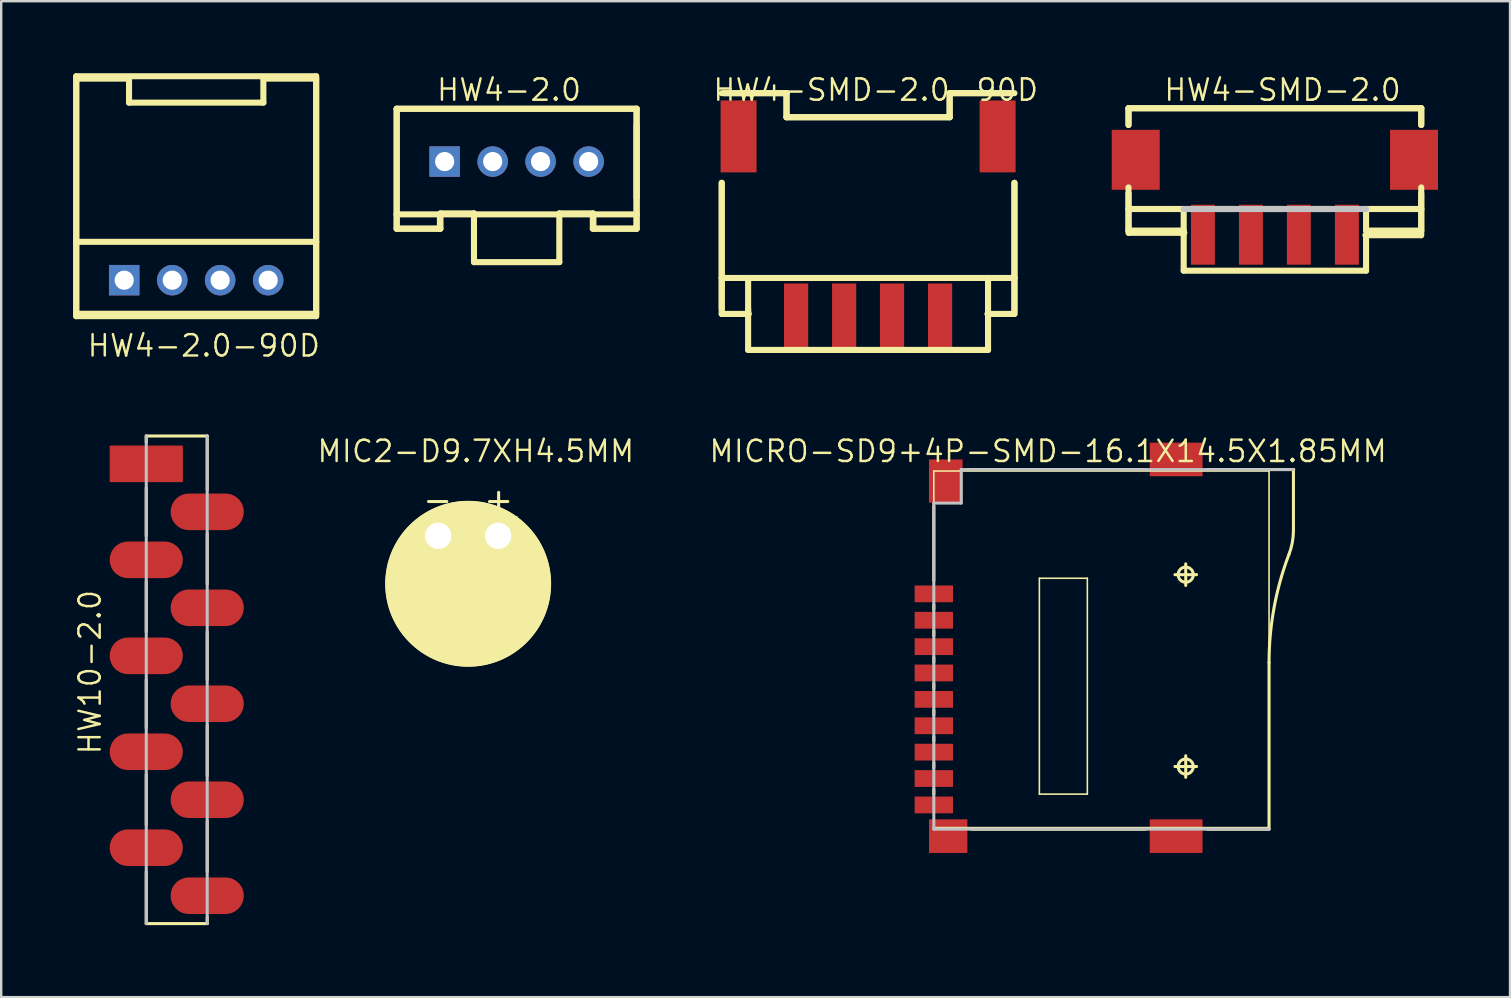
<source format=kicad_pcb>
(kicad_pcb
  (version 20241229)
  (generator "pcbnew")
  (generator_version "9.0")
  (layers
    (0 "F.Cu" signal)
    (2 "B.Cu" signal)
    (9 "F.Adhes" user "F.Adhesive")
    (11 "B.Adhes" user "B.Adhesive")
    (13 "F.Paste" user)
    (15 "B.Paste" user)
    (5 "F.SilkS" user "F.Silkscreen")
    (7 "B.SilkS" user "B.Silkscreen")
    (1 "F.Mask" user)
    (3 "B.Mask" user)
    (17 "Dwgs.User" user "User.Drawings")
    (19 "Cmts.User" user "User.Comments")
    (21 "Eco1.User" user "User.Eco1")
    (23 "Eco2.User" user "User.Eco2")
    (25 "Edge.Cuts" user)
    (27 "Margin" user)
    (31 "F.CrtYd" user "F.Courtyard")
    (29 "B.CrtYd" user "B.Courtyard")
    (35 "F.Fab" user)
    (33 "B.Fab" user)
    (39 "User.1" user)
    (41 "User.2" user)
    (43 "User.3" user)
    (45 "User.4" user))
  (footprint "HW4-SMD-2.0-90D"
    (layer "F.Cu")
    (at 33.125 10.033)
    (property "Reference" "HW4-SMD-2.0-90D" (at 0.318 -9.335 0) (layer "F.SilkS") (effects (font (size 0.889 0.889) (thickness 0.102))))
    (attr smd)
    (fp_line (start -6.099 -9.2) (end -3.399 -9.2) (stroke (width 0.254) (type solid)) (layer "F.SilkS"))
    (fp_line (start -6.099 -5.464) (end -6.099 -0.198) (stroke (width 0.254) (type solid)) (layer "F.SilkS"))
    (fp_line (start -6.099 -1.499) (end -6.099 -5.464) (stroke (width 0.254) (type solid)) (layer "F.SilkS"))
    (fp_line (start -6.099 -1.499) (end -6.099 0) (stroke (width 0.254) (type solid)) (layer "F.SilkS"))
    (fp_line (start -6.099 -1.499) (end -4.999 -1.499) (stroke (width 0.254) (type solid)) (layer "F.SilkS"))
    (fp_line (start -6.099 0) (end -4.999 0) (stroke (width 0.254) (type solid)) (layer "F.SilkS"))
    (fp_line (start -6.053 0) (end -4.973 0) (stroke (width 0.254) (type solid)) (layer "F.SilkS"))
    (fp_line (start -5.999 -9.2) (end -3.399 -9.2) (stroke (width 0.254) (type solid)) (layer "F.SilkS"))
    (fp_line (start -4.999 -1.499) (end 4.999 -1.499) (stroke (width 0.254) (type solid)) (layer "F.SilkS"))
    (fp_line (start -4.999 0) (end -4.999 -1.499) (stroke (width 0.254) (type solid)) (layer "F.SilkS"))
    (fp_line (start -4.999 1.499) (end -4.999 -0.198) (stroke (width 0.254) (type solid)) (layer "F.SilkS"))
    (fp_line (start -3.399 -9.2) (end -3.399 -8.199) (stroke (width 0.254) (type solid)) (layer "F.SilkS"))
    (fp_line (start -3.399 -9.2) (end -3.399 -8.199) (stroke (width 0.254) (type solid)) (layer "F.SilkS"))
    (fp_line (start -3.399 -8.199) (end 3.399 -8.199) (stroke (width 0.254) (type solid)) (layer "F.SilkS"))
    (fp_line (start -3.399 -8.199) (end 3.399 -8.199) (stroke (width 0.254) (type solid)) (layer "F.SilkS"))
    (fp_line (start 3.399 -9.2) (end 5.999 -9.2) (stroke (width 0.254) (type solid)) (layer "F.SilkS"))
    (fp_line (start 3.399 -9.2) (end 6.099 -9.2) (stroke (width 0.254) (type solid)) (layer "F.SilkS"))
    (fp_line (start 3.399 -8.199) (end 3.399 -9.2) (stroke (width 0.254) (type solid)) (layer "F.SilkS"))
    (fp_line (start 3.399 -8.199) (end 3.399 -9.2) (stroke (width 0.254) (type solid)) (layer "F.SilkS"))
    (fp_line (start 4.973 0) (end 6.053 0) (stroke (width 0.254) (type solid)) (layer "F.SilkS"))
    (fp_line (start 4.999 -1.499) (end 4.999 0) (stroke (width 0.254) (type solid)) (layer "F.SilkS"))
    (fp_line (start 4.999 -1.499) (end 6.099 -1.499) (stroke (width 0.254) (type solid)) (layer "F.SilkS"))
    (fp_line (start 4.999 -0.099) (end 4.999 1.499) (stroke (width 0.254) (type solid)) (layer "F.SilkS"))
    (fp_line (start 4.999 0) (end 6.099 0) (stroke (width 0.254) (type solid)) (layer "F.SilkS"))
    (fp_line (start 4.999 1.499) (end -4.999 1.499) (stroke (width 0.254) (type solid)) (layer "F.SilkS"))
    (fp_line (start 6.099 -5.464) (end 6.099 -0.099) (stroke (width 0.254) (type solid)) (layer "F.SilkS"))
    (fp_line (start 6.099 -1.499) (end 6.099 -5.464) (stroke (width 0.254) (type solid)) (layer "F.SilkS"))
    (fp_line (start 6.099 0) (end 6.099 -1.499) (stroke (width 0.254) (type solid)) (layer "F.SilkS"))
    (pad "1" smd rect (at -3 0.099 90) (size 2.738 1.008) (layers "F.Cu" "F.Mask" "F.Paste"))
    (pad "2" smd rect (at -0.998 0.099 90) (size 2.738 1.008) (layers "F.Cu" "F.Mask" "F.Paste"))
    (pad "3" smd rect (at 0.998 0.099 90) (size 2.738 1.008) (layers "F.Cu" "F.Mask" "F.Paste"))
    (pad "4" smd rect (at 3 0.099 90) (size 2.738 1.008) (layers "F.Cu" "F.Mask" "F.Paste"))
    (pad "SS1" smd rect (at -5.397 -7.399 90) (size 3 1.499) (layers "F.Cu" "F.Mask" "F.Paste"))
    (pad "SS2" smd rect (at 5.397 -7.399 90) (size 3 1.499) (layers "F.Cu" "F.Mask" "F.Paste")))
  (footprint "MIC2-D9.7XH4.5MM"
    (layer "F.Cu")
    (at 16.459 21.278)
    (property "Reference" "MIC2-D9.7XH4.5MM" (at 0.318 -5.524 0) (layer "F.SilkS") (effects (font (size 0.889 0.889) (thickness 0.102))))
    (attr exclude_from_pos_files exclude_from_bom)
    (fp_line (start -1.651 -3.429) (end -0.889 -3.429) (stroke (width 0.127) (type solid)) (layer "F.SilkS"))
    (fp_line (start 0.889 -3.429) (end 1.651 -3.429) (stroke (width 0.127) (type solid)) (layer "F.SilkS"))
    (fp_line (start 1.27 -3.81) (end 1.27 -3.048) (stroke (width 0.127) (type solid)) (layer "F.SilkS"))
    (fp_circle (center 0 0) (end -2.438 2.438) (stroke (width 0) (type solid)) (fill yes) (layer "F.SilkS"))
    (fp_circle (center 0 0) (end -2.423 2.423) (stroke (width 0.064) (type solid)) (fill no) (layer "F.SilkS"))
    (fp_circle (center 0 0) (end -2.05 2.05) (stroke (width 0.064) (type solid)) (fill no) (layer "F.SilkS"))
    (pad "+" thru_hole rect (at 1.25 -1.999) (size 1.648 1.648) (drill 1.1) (layers "*.Cu" "*.Paste" "*.Mask"))
    (pad "-" thru_hole circle (at -1.25 -1.999) (size 1.648 1.648) (drill 1.1) (layers "*.Cu" "*.Paste" "*.Mask")))
  (footprint "HW4-SMD-2.0"
    (layer "F.Cu")
    (at 50.077 6.731)
    (property "Reference" "HW4-SMD-2.0" (at 0.318 -6.032 0) (layer "F.SilkS") (effects (font (size 0.889 0.889) (thickness 0.102))))
    (attr smd)
    (fp_line (start -6.099 -5.271) (end -6.099 -4.572) (stroke (width 0.254) (type solid)) (layer "F.SilkS"))
    (fp_line (start -6.099 -5.271) (end -6.099 -4.572) (stroke (width 0.254) (type solid)) (layer "F.SilkS"))
    (fp_line (start -6.099 -5.271) (end 6.099 -5.271) (stroke (width 0.254) (type solid)) (layer "F.SilkS"))
    (fp_line (start -6.099 -5.271) (end 6.099 -5.271) (stroke (width 0.254) (type solid)) (layer "F.SilkS"))
    (fp_line (start -6.099 -1.971) (end -6.099 -0.071) (stroke (width 0.254) (type solid)) (layer "F.SilkS"))
    (fp_line (start -6.099 -1.072) (end -6.099 -1.717) (stroke (width 0.254) (type solid)) (layer "F.SilkS"))
    (fp_line (start -6.099 -1.072) (end -6.099 -0.173) (stroke (width 0.254) (type solid)) (layer "F.SilkS"))
    (fp_line (start -6.099 -1.072) (end -3.8 -1.072) (stroke (width 0.254) (type solid)) (layer "F.SilkS"))
    (fp_line (start -6.099 -0.173) (end -3.8 -0.173) (stroke (width 0.254) (type solid)) (layer "F.SilkS"))
    (fp_line (start -6.053 -0.079) (end -3.774 -0.079) (stroke (width 0.254) (type solid)) (layer "F.SilkS"))
    (fp_line (start -3.8 -0.173) (end -3.8 -1.072) (stroke (width 0.254) (type solid)) (layer "F.SilkS"))
    (fp_line (start -3.8 1.499) (end -3.8 -0.071) (stroke (width 0.254) (type solid)) (layer "F.SilkS"))
    (fp_line (start -2.398 -1.072) (end -1.699 -1.072) (stroke (width 0.254) (type solid)) (layer "F.SilkS"))
    (fp_line (start -0.399 -1.072) (end 0.3 -1.072) (stroke (width 0.254) (type solid)) (layer "F.SilkS"))
    (fp_line (start 1.598 -1.072) (end 2.299 -1.072) (stroke (width 0.254) (type solid)) (layer "F.SilkS"))
    (fp_line (start 3.774 0.02) (end 6.053 0.02) (stroke (width 0.254) (type solid)) (layer "F.SilkS"))
    (fp_line (start 3.8 -1.072) (end 3.8 -0.173) (stroke (width 0.254) (type solid)) (layer "F.SilkS"))
    (fp_line (start 3.8 -1.072) (end 6.099 -1.072) (stroke (width 0.254) (type solid)) (layer "F.SilkS"))
    (fp_line (start 3.8 -0.173) (end 6.099 -0.173) (stroke (width 0.254) (type solid)) (layer "F.SilkS"))
    (fp_line (start 3.8 0.025) (end 3.8 1.499) (stroke (width 0.254) (type solid)) (layer "F.SilkS"))
    (fp_line (start 3.8 1.499) (end -3.8 1.499) (stroke (width 0.254) (type solid)) (layer "F.SilkS"))
    (fp_line (start 6.099 -5.271) (end 6.099 -4.572) (stroke (width 0.254) (type solid)) (layer "F.SilkS"))
    (fp_line (start 6.099 -5.271) (end 6.099 -4.572) (stroke (width 0.254) (type solid)) (layer "F.SilkS"))
    (fp_line (start 6.099 -1.971) (end 6.099 0.025) (stroke (width 0.254) (type solid)) (layer "F.SilkS"))
    (fp_line (start 6.099 -1.072) (end 6.099 -1.717) (stroke (width 0.254) (type solid)) (layer "F.SilkS"))
    (fp_line (start 6.099 -0.173) (end 6.099 -1.072) (stroke (width 0.254) (type solid)) (layer "F.SilkS"))
    (fp_line (start -3.8 -1.072) (end 3.8 -1.072) (stroke (width 0.254) (type solid)) (layer "Dwgs.User"))
    (pad "1" smd rect (at -3 0 90) (size 2.499 0.998) (layers "F.Cu" "F.Mask" "F.Paste"))
    (pad "2" smd rect (at -0.998 0 90) (size 2.499 0.998) (layers "F.Cu" "F.Mask" "F.Paste"))
    (pad "3" smd rect (at 0.998 0 90) (size 2.499 0.998) (layers "F.Cu" "F.Mask" "F.Paste"))
    (pad "4" smd rect (at 3 0 90) (size 2.499 0.998) (layers "F.Cu" "F.Mask" "F.Paste"))
    (pad "SS1" smd rect (at -5.799 -3.122 90) (size 2.499 1.999) (layers "F.Cu" "F.Mask" "F.Paste"))
    (pad "SS2" smd rect (at 5.799 -3.122 90) (size 2.499 1.999) (layers "F.Cu" "F.Mask" "F.Paste")))
  (footprint "MICRO-SD9+4P-SMD-16.1X14.5X1.85MM"
    (layer "F.Cu")
    (at 35.864 23.945)
    (property "Reference" "MICRO-SD9+4P-SMD-16.1X14.5X1.85MM" (at 4.763 -8.191 0) (layer "F.SilkS") (effects (font (size 0.889 0.889) (thickness 0.102))))
    (attr smd)
    (fp_line (start 0 -7.366) (end 13.97 -7.366) (stroke (width 0.066) (type solid)) (layer "F.SilkS"))
    (fp_line (start 0 -5.898) (end 0 -2.799) (stroke (width 0.127) (type solid)) (layer "F.SilkS"))
    (fp_line (start 0 -1.798) (end 0 -1.598) (stroke (width 0.127) (type solid)) (layer "F.SilkS"))
    (fp_line (start 0 -0.699) (end 0 -0.498) (stroke (width 0.127) (type solid)) (layer "F.SilkS"))
    (fp_line (start 0 0.399) (end 0 0.599) (stroke (width 0.127) (type solid)) (layer "F.SilkS"))
    (fp_line (start 0 1.499) (end 0 1.699) (stroke (width 0.127) (type solid)) (layer "F.SilkS"))
    (fp_line (start 0 2.598) (end 0 2.799) (stroke (width 0.127) (type solid)) (layer "F.SilkS"))
    (fp_line (start 0 3.698) (end 0 3.899) (stroke (width 0.127) (type solid)) (layer "F.SilkS"))
    (fp_line (start 0 4.798) (end 0 4.999) (stroke (width 0.127) (type solid)) (layer "F.SilkS"))
    (fp_line (start 0 5.898) (end 0 6.099) (stroke (width 0.127) (type solid)) (layer "F.SilkS"))
    (fp_line (start 0 7.493) (end 0 -7.366) (stroke (width 0.066) (type solid)) (layer "F.SilkS"))
    (fp_line (start 0 7.493) (end 13.97 7.493) (stroke (width 0.066) (type solid)) (layer "F.SilkS"))
    (fp_line (start 1.598 7.559) (end 8.799 7.559) (stroke (width 0.127) (type solid)) (layer "F.SilkS"))
    (fp_line (start 4.399 -2.898) (end 6.398 -2.898) (stroke (width 0.066) (type solid)) (layer "F.SilkS"))
    (fp_line (start 4.399 6.099) (end 4.399 -2.898) (stroke (width 0.066) (type solid)) (layer "F.SilkS"))
    (fp_line (start 4.399 6.099) (end 6.398 6.099) (stroke (width 0.066) (type solid)) (layer "F.SilkS"))
    (fp_line (start 6.398 6.099) (end 6.398 -2.898) (stroke (width 0.066) (type solid)) (layer "F.SilkS"))
    (fp_line (start 8.799 -7.429) (end 1.4 -7.429) (stroke (width 0.127) (type solid)) (layer "F.SilkS"))
    (fp_line (start 10.048 -3.048) (end 10.95 -3.048) (stroke (width 0.127) (type solid)) (layer "F.SilkS"))
    (fp_line (start 10.048 4.948) (end 10.95 4.948) (stroke (width 0.127) (type solid)) (layer "F.SilkS"))
    (fp_line (start 10.498 -2.598) (end 10.498 -3.498) (stroke (width 0.127) (type solid)) (layer "F.SilkS"))
    (fp_line (start 10.498 5.397) (end 10.498 4.498) (stroke (width 0.127) (type solid)) (layer "F.SilkS"))
    (fp_line (start 11.4 7.559) (end 13.97 7.559) (stroke (width 0.127) (type solid)) (layer "F.SilkS"))
    (fp_line (start 13.97 0.622) (end 13.97 7.556) (stroke (width 0.127) (type solid)) (layer "F.SilkS"))
    (fp_line (start 13.97 7.493) (end 13.97 -7.366) (stroke (width 0.066) (type solid)) (layer "F.SilkS"))
    (fp_line (start 14.986 -7.427) (end 14.986 -4.897) (stroke (width 0.127) (type solid)) (layer "F.SilkS"))
    (fp_line (start 14.999 -7.429) (end 11.4 -7.429) (stroke (width 0.127) (type solid)) (layer "F.SilkS"))
    (fp_arc (start 13.97 0.6223) (mid 14.178642 -1.670293) (end 14.797714 -3.887558) (stroke (width 0.127) (type solid)) (layer "F.SilkS"))
    (fp_arc (start 14.986 -4.89712) (mid 14.939848 -4.389998) (end 14.80291 -3.899539) (stroke (width 0.127) (type solid)) (layer "F.SilkS"))
    (fp_circle (center 10.498 -3.048) (end 10.721 -3.272) (stroke (width 0.127) (type solid)) (fill no) (layer "F.SilkS"))
    (fp_circle (center 10.498 4.948) (end 10.721 5.171) (stroke (width 0.127) (type solid)) (fill no) (layer "F.SilkS"))
    (fp_line (start 0 -6.03) (end 1.143 -6.03) (stroke (width 0.127) (type solid)) (layer "Dwgs.User"))
    (fp_line (start 0 7.556) (end 0 -6.03) (stroke (width 0.127) (type solid)) (layer "Dwgs.User"))
    (fp_line (start 1.143 -7.427) (end 14.986 -7.427) (stroke (width 0.127) (type solid)) (layer "Dwgs.User"))
    (fp_line (start 1.143 -6.03) (end 1.143 -7.427) (stroke (width 0.127) (type solid)) (layer "Dwgs.User"))
    (fp_line (start 13.97 7.556) (end 0 7.556) (stroke (width 0.127) (type solid)) (layer "Dwgs.User"))
    (pad "1" smd rect (at 0 -2.248) (size 1.598 0.699) (layers "F.Cu" "F.Mask" "F.Paste"))
    (pad "2" smd rect (at 0 -1.148) (size 1.598 0.699) (layers "F.Cu" "F.Mask" "F.Paste"))
    (pad "3" smd rect (at 0 -0.048) (size 1.598 0.699) (layers "F.Cu" "F.Mask" "F.Paste"))
    (pad "4" smd rect (at 0 1.049) (size 1.598 0.699) (layers "F.Cu" "F.Mask" "F.Paste"))
    (pad "5" smd rect (at 0 2.149) (size 1.598 0.699) (layers "F.Cu" "F.Mask" "F.Paste"))
    (pad "6" smd rect (at 0 3.249) (size 1.598 0.699) (layers "F.Cu" "F.Mask" "F.Paste"))
    (pad "7" smd rect (at 0 4.348) (size 1.598 0.699) (layers "F.Cu" "F.Mask" "F.Paste"))
    (pad "8" smd rect (at 0 5.448) (size 1.598 0.699) (layers "F.Cu" "F.Mask" "F.Paste"))
    (pad "9" smd rect (at 0 6.548) (size 1.598 0.699) (layers "F.Cu" "F.Mask" "F.Paste"))
    (pad "G1" smd rect (at 0.599 7.849) (size 1.598 1.4) (layers "F.Cu" "F.Mask" "F.Paste"))
    (pad "G2" smd rect (at 10.099 7.849) (size 2.2 1.4) (layers "F.Cu" "F.Mask" "F.Paste"))
    (pad "G3" smd rect (at 10.099 -7.849) (size 2.2 1.4) (layers "F.Cu" "F.Mask" "F.Paste"))
    (pad "G4" smd rect (at 0.498 -6.949) (size 1.4 1.798) (layers "F.Cu" "F.Mask" "F.Paste")))
  (footprint "HW10-2.0"
    (layer "F.Cu")
    (at 4.315 25.278)
    (property "Reference" "HW10-2.0" (at -3.617 -0.318 90) (layer "F.SilkS") (effects (font (size 0.889 0.889) (thickness 0.102))))
    (attr smd)
    (fp_line (start -1.27 -10.16) (end 1.27 -10.16) (stroke (width 0.127) (type solid)) (layer "F.SilkS"))
    (fp_line (start -1.27 -9.898) (end -1.27 -10.16) (stroke (width 0.127) (type solid)) (layer "F.SilkS"))
    (fp_line (start -1.27 -5.999) (end -1.27 -7.998) (stroke (width 0.127) (type solid)) (layer "F.SilkS"))
    (fp_line (start -1.27 -1.999) (end -1.27 -4.1) (stroke (width 0.127) (type solid)) (layer "F.SilkS"))
    (fp_line (start -1.27 1.999) (end -1.27 0) (stroke (width 0.127) (type solid)) (layer "F.SilkS"))
    (fp_line (start -1.27 6.048) (end -1.27 3.95) (stroke (width 0.127) (type solid)) (layer "F.SilkS"))
    (fp_line (start -1.27 10.16) (end -1.27 7.998) (stroke (width 0.127) (type solid)) (layer "F.SilkS"))
    (fp_line (start 1.27 -7.92) (end 1.27 -10.16) (stroke (width 0.127) (type solid)) (layer "F.SilkS"))
    (fp_line (start 1.27 -3.998) (end 1.27 -6.099) (stroke (width 0.127) (type solid)) (layer "F.SilkS"))
    (fp_line (start 1.27 0) (end 1.27 -1.999) (stroke (width 0.127) (type solid)) (layer "F.SilkS"))
    (fp_line (start 1.27 3.998) (end 1.27 1.9) (stroke (width 0.127) (type solid)) (layer "F.SilkS"))
    (fp_line (start 1.27 7.998) (end 1.27 5.898) (stroke (width 0.127) (type solid)) (layer "F.SilkS"))
    (fp_line (start 1.27 10.16) (end -1.27 10.16) (stroke (width 0.127) (type solid)) (layer "F.SilkS"))
    (fp_line (start 1.27 10.16) (end 1.27 9.898) (stroke (width 0.127) (type solid)) (layer "F.SilkS"))
    (fp_line (start -1.27 10.16) (end -1.27 -10.16) (stroke (width 0.127) (type solid)) (layer "Dwgs.User"))
    (fp_line (start 1.27 -10.16) (end 1.27 10.16) (stroke (width 0.127) (type solid)) (layer "Dwgs.User"))
    (pad "1" smd rect (at -1.27 -8.999) (size 3.048 1.524) (layers "F.Cu" "F.Mask" "F.Paste"))
    (pad "2" smd oval (at 1.27 -6.998) (size 3.048 1.524) (layers "F.Cu" "F.Mask" "F.Paste"))
    (pad "3" smd oval (at -1.27 -4.999) (size 3.048 1.524) (layers "F.Cu" "F.Mask" "F.Paste"))
    (pad "4" smd oval (at 1.27 -3) (size 3.048 1.524) (layers "F.Cu" "F.Mask" "F.Paste"))
    (pad "5" smd oval (at -1.27 -0.998) (size 3.048 1.524) (layers "F.Cu" "F.Mask" "F.Paste"))
    (pad "6" smd oval (at 1.27 0.998) (size 3.048 1.524) (layers "F.Cu" "F.Mask" "F.Paste"))
    (pad "7" smd oval (at -1.27 3) (size 3.048 1.524) (layers "F.Cu" "F.Mask" "F.Paste"))
    (pad "8" smd oval (at 1.27 4.999) (size 3.048 1.524) (layers "F.Cu" "F.Mask" "F.Paste"))
    (pad "9" smd oval (at -1.27 6.998) (size 3.048 1.524) (layers "F.Cu" "F.Mask" "F.Paste"))
    (pad "10" smd oval (at 1.27 8.999) (size 3.048 1.524) (layers "F.Cu" "F.Mask" "F.Paste")))
  (footprint "HW4-2.0"
    (layer "F.Cu")
    (at 18.48 3.683)
    (property "Reference" "HW4-2.0" (at -0.318 -2.985 0) (layer "F.SilkS") (effects (font (size 0.889 0.889) (thickness 0.102))))
    (attr exclude_from_pos_files exclude_from_bom)
    (fp_line (start -4.999 -2.2) (end -4.999 2.2) (stroke (width 0.254) (type solid)) (layer "F.SilkS"))
    (fp_line (start -4.999 -2.2) (end 4.999 -2.2) (stroke (width 0.254) (type solid)) (layer "F.SilkS"))
    (fp_line (start -4.999 -2.2) (end 4.999 -2.2) (stroke (width 0.254) (type solid)) (layer "F.SilkS"))
    (fp_line (start -4.999 -0.998) (end -4.999 0.998) (stroke (width 0.127) (type solid)) (layer "F.SilkS"))
    (fp_line (start -4.999 2.2) (end -4.999 2.799) (stroke (width 0.254) (type solid)) (layer "F.SilkS"))
    (fp_line (start -4.999 2.2) (end -3.198 2.2) (stroke (width 0.254) (type solid)) (layer "F.SilkS"))
    (fp_line (start -4.999 2.799) (end -4.999 -2.2) (stroke (width 0.254) (type solid)) (layer "F.SilkS"))
    (fp_line (start -4.999 2.799) (end -3.198 2.799) (stroke (width 0.254) (type solid)) (layer "F.SilkS"))
    (fp_line (start -4.953 2.794) (end -3.175 2.794) (stroke (width 0.254) (type solid)) (layer "F.SilkS"))
    (fp_line (start -3.198 2.2) (end 3.198 2.2) (stroke (width 0.254) (type solid)) (layer "F.SilkS"))
    (fp_line (start -3.198 2.799) (end -3.198 2.2) (stroke (width 0.254) (type solid)) (layer "F.SilkS"))
    (fp_line (start -3.175 2.159) (end -1.778 2.159) (stroke (width 0.254) (type solid)) (layer "F.SilkS"))
    (fp_line (start -3.175 2.794) (end -3.175 2.159) (stroke (width 0.254) (type solid)) (layer "F.SilkS"))
    (fp_line (start -1.778 2.159) (end -1.778 4.191) (stroke (width 0.254) (type solid)) (layer "F.SilkS"))
    (fp_line (start -1.778 4.191) (end 1.778 4.191) (stroke (width 0.254) (type solid)) (layer "F.SilkS"))
    (fp_line (start 1.778 2.159) (end 3.175 2.159) (stroke (width 0.254) (type solid)) (layer "F.SilkS"))
    (fp_line (start 1.778 4.191) (end 1.778 2.159) (stroke (width 0.254) (type solid)) (layer "F.SilkS"))
    (fp_line (start 3.175 2.159) (end 3.175 2.794) (stroke (width 0.254) (type solid)) (layer "F.SilkS"))
    (fp_line (start 3.175 2.794) (end 4.953 2.794) (stroke (width 0.254) (type solid)) (layer "F.SilkS"))
    (fp_line (start 3.198 2.2) (end 3.198 2.799) (stroke (width 0.254) (type solid)) (layer "F.SilkS"))
    (fp_line (start 3.198 2.2) (end 4.999 2.2) (stroke (width 0.254) (type solid)) (layer "F.SilkS"))
    (fp_line (start 3.198 2.799) (end 4.999 2.799) (stroke (width 0.254) (type solid)) (layer "F.SilkS"))
    (fp_line (start 4.999 -2.2) (end 4.999 2.799) (stroke (width 0.254) (type solid)) (layer "F.SilkS"))
    (fp_line (start 4.999 -1.499) (end 4.999 1.499) (stroke (width 0.254) (type solid)) (layer "F.SilkS"))
    (fp_line (start 4.999 2.2) (end 4.999 -2.2) (stroke (width 0.254) (type solid)) (layer "F.SilkS"))
    (fp_line (start 4.999 2.799) (end 4.999 2.2) (stroke (width 0.254) (type solid)) (layer "F.SilkS"))
    (pad "1" thru_hole rect (at -3 0) (size 1.27 1.27) (drill 0.798) (layers "*.Cu" "*.Paste" "*.Mask"))
    (pad "2" thru_hole circle (at -0.998 0) (size 1.27 1.27) (drill 0.798) (layers "*.Cu" "*.Paste" "*.Mask"))
    (pad "3" thru_hole circle (at 0.998 0) (size 1.27 1.27) (drill 0.798) (layers "*.Cu" "*.Paste" "*.Mask"))
    (pad "4" thru_hole circle (at 3 0) (size 1.27 1.27) (drill 0.798) (layers "*.Cu" "*.Paste" "*.Mask")))
  (footprint "HW4-2.0-90D"
    (layer "F.Cu")
    (at 5.126 8.626)
    (property "Reference" "HW4-2.0-90D" (at 0.318 2.731 0) (layer "F.SilkS") (effects (font (size 0.889 0.889) (thickness 0.102))))
    (attr exclude_from_pos_files exclude_from_bom)
    (fp_line (start -4.999 -8.499) (end 4.999 -8.499) (stroke (width 0.254) (type solid)) (layer "F.SilkS"))
    (fp_line (start -4.999 -8.4) (end -4.999 -1.598) (stroke (width 0.254) (type solid)) (layer "F.SilkS"))
    (fp_line (start -4.999 -8.4) (end -2.799 -8.4) (stroke (width 0.254) (type solid)) (layer "F.SilkS"))
    (fp_line (start -4.999 -1.598) (end -4.999 1.499) (stroke (width 0.254) (type solid)) (layer "F.SilkS"))
    (fp_line (start -4.999 -1.598) (end 4.999 -1.598) (stroke (width 0.254) (type solid)) (layer "F.SilkS"))
    (fp_line (start -4.999 -0.998) (end -4.999 0.998) (stroke (width 0.127) (type solid)) (layer "F.SilkS"))
    (fp_line (start -4.999 1.4) (end -4.999 -8.499) (stroke (width 0.254) (type solid)) (layer "F.SilkS"))
    (fp_line (start -4.999 1.499) (end 4.999 1.499) (stroke (width 0.254) (type solid)) (layer "F.SilkS"))
    (fp_line (start -2.799 -8.4) (end -2.799 -7.399) (stroke (width 0.254) (type solid)) (layer "F.SilkS"))
    (fp_line (start -2.799 -7.399) (end 2.799 -7.399) (stroke (width 0.254) (type solid)) (layer "F.SilkS"))
    (fp_line (start 2.799 -8.4) (end 4.999 -8.4) (stroke (width 0.254) (type solid)) (layer "F.SilkS"))
    (fp_line (start 2.799 -7.399) (end 2.799 -8.4) (stroke (width 0.254) (type solid)) (layer "F.SilkS"))
    (fp_line (start 4.999 -8.499) (end 4.999 1.4) (stroke (width 0.254) (type solid)) (layer "F.SilkS"))
    (fp_line (start 4.999 -1.598) (end 4.999 -8.4) (stroke (width 0.254) (type solid)) (layer "F.SilkS"))
    (fp_line (start 4.999 -1.598) (end 4.999 1.499) (stroke (width 0.254) (type solid)) (layer "F.SilkS"))
    (fp_line (start 4.999 1.4) (end -4.999 1.4) (stroke (width 0.254) (type solid)) (layer "F.SilkS"))
    (pad "1" thru_hole rect (at -3 0) (size 1.27 1.27) (drill 0.798) (layers "*.Cu" "*.Paste" "*.Mask"))
    (pad "2" thru_hole circle (at -0.998 0) (size 1.27 1.27) (drill 0.798) (layers "*.Cu" "*.Paste" "*.Mask"))
    (pad "3" thru_hole circle (at 0.998 0) (size 1.27 1.27) (drill 0.798) (layers "*.Cu" "*.Paste" "*.Mask"))
    (pad "4" thru_hole circle (at 3 0) (size 1.27 1.27) (drill 0.798) (layers "*.Cu" "*.Paste" "*.Mask")))
  (gr_rect
    (start -3 -3)
    (end 59.876 38.502)
    (stroke (width 0.1) (type default))
    (fill no)
    (layer "Edge.Cuts")))
</source>
